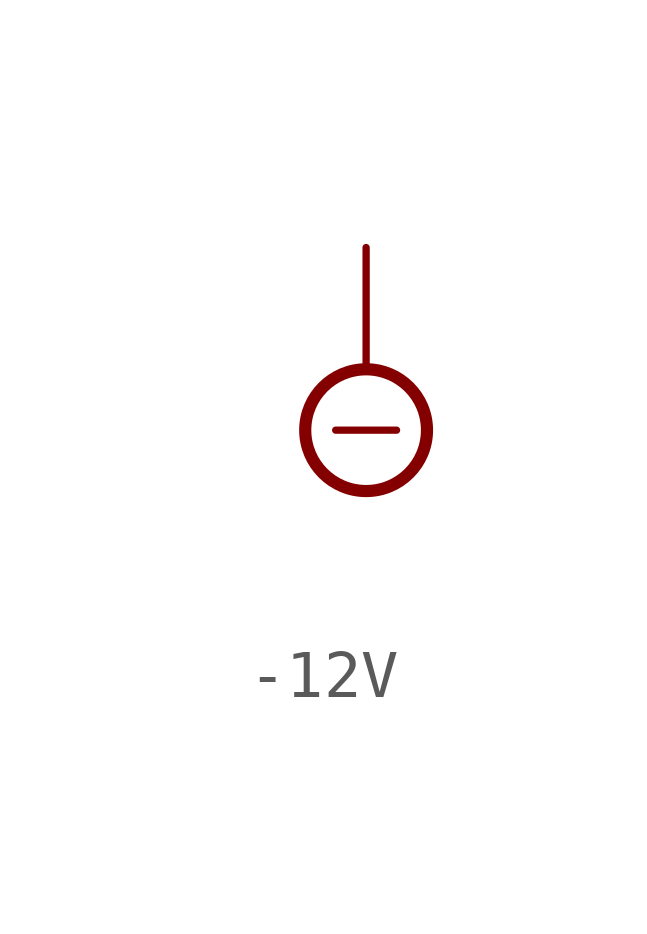
<source format=kicad_sym>
(kicad_symbol_lib
  (version 20231120)
  (generator "kicad_symbol_editor")
  (generator_version "8.0")
  (symbol "-12V"
    (power)
    (property "Reference" "#SUPPLY"
      (at 0 0 0)
      (effects (font (size 1.27 1.27)) (hide yes)))
    (property "Value" ""
      (at -3.175 -4.699 0)
      (effects (font (size 1.778 1.511)) (justify left bottom)))
    (property "ki_locked" ""
      (at 0 0 0)
      (effects (font (size 1.27 1.27))))
    (symbol "-12V_1_0"
      (circle (center 0 -1.27) (radius 1.27) (stroke (width 0.254) (type solid)) (fill (type none)))
      (polyline (pts (xy -0.635 -1.27) (xy 0.635 -1.27)) (stroke (width 0.152) (type solid)) (fill (type none)))
      (pin power_in line (at 0 2.54 270) (length 2.54) (name "-12V" (effects (font (size 0 0)))) (number "1" (effects (font (size 0 0))))))))
</source>
